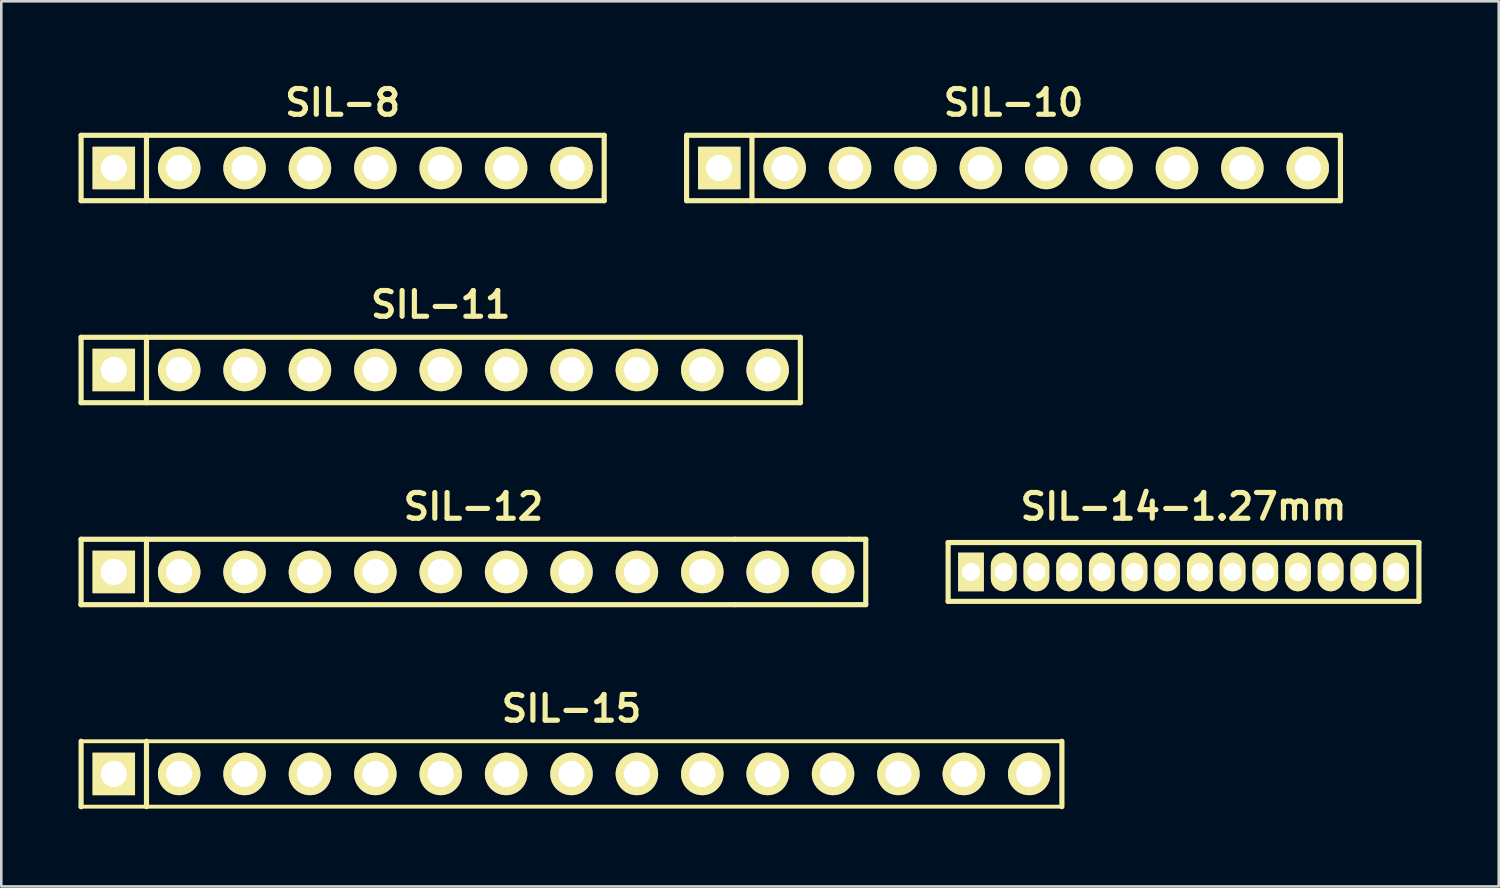
<source format=kicad_pcb>
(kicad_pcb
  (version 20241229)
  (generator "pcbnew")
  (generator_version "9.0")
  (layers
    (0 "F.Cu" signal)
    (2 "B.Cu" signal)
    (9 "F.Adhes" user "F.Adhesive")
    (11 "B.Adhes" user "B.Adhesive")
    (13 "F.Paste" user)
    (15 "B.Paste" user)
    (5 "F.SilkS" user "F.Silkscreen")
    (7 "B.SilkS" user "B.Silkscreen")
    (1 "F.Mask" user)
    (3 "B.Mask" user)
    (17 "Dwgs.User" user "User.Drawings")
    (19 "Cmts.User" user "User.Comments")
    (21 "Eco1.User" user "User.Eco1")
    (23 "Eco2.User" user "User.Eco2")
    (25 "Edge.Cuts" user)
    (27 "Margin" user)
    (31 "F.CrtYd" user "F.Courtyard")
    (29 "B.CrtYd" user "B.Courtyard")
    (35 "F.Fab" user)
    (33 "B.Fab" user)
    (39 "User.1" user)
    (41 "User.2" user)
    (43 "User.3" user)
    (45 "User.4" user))
  (footprint "SIL-12"
    (layer "F.Cu")
    (at 15.34 19.168)
    (property "Reference" "SIL-12" (at 0 -2.54 0) (layer "F.SilkS") (effects (font (size 1 1) (thickness 0.2))))
    (attr through_hole)
    (fp_line (start -15.24 -1.27) (end 10.16 -1.27) (stroke (width 0.2) (type solid)) (layer "F.SilkS"))
    (fp_line (start -15.24 1.27) (end -15.24 -1.27) (stroke (width 0.2) (type solid)) (layer "F.SilkS"))
    (fp_line (start -15.24 1.27) (end -15.24 1.27) (stroke (width 0.2) (type solid)) (layer "F.SilkS"))
    (fp_line (start -12.7 1.27) (end -12.7 -1.27) (stroke (width 0.2) (type solid)) (layer "F.SilkS"))
    (fp_line (start 10.16 -1.27) (end 14.605 -1.27) (stroke (width 0.2) (type solid)) (layer "F.SilkS"))
    (fp_line (start 10.16 1.27) (end -15.24 1.27) (stroke (width 0.2) (type solid)) (layer "F.SilkS"))
    (fp_line (start 14.605 -1.27) (end 15.24 -1.27) (stroke (width 0.2) (type solid)) (layer "F.SilkS"))
    (fp_line (start 15.24 -1.27) (end 15.24 1.27) (stroke (width 0.2) (type solid)) (layer "F.SilkS"))
    (fp_line (start 15.24 1.27) (end 10.16 1.27) (stroke (width 0.2) (type solid)) (layer "F.SilkS"))
    (pad "1" thru_hole rect (at -13.97 0) (size 1.65 1.65) (drill 1.016) (layers "*.Cu" "*.Mask" "F.SilkS"))
    (pad "2" thru_hole circle (at -11.43 0) (size 1.65 1.65) (drill 1.016) (layers "*.Cu" "*.Mask" "F.SilkS"))
    (pad "3" thru_hole circle (at -8.89 0) (size 1.65 1.65) (drill 1.016) (layers "*.Cu" "*.Mask" "F.SilkS"))
    (pad "4" thru_hole circle (at -6.35 0) (size 1.65 1.65) (drill 1.016) (layers "*.Cu" "*.Mask" "F.SilkS"))
    (pad "5" thru_hole circle (at -3.81 0) (size 1.65 1.65) (drill 1.016) (layers "*.Cu" "*.Mask" "F.SilkS"))
    (pad "6" thru_hole circle (at -1.27 0) (size 1.65 1.65) (drill 1.016) (layers "*.Cu" "*.Mask" "F.SilkS"))
    (pad "7" thru_hole circle (at 1.27 0) (size 1.65 1.65) (drill 1.016) (layers "*.Cu" "*.Mask" "F.SilkS"))
    (pad "8" thru_hole circle (at 3.81 0) (size 1.65 1.65) (drill 1.016) (layers "*.Cu" "*.Mask" "F.SilkS"))
    (pad "9" thru_hole circle (at 6.35 0) (size 1.65 1.65) (drill 1.016) (layers "*.Cu" "*.Mask" "F.SilkS"))
    (pad "10" thru_hole circle (at 8.89 0) (size 1.65 1.65) (drill 1.016) (layers "*.Cu" "*.Mask" "F.SilkS"))
    (pad "11" thru_hole circle (at 11.43 0) (size 1.65 1.65) (drill 1.016) (layers "*.Cu" "*.Mask" "F.SilkS"))
    (pad "12" thru_hole circle (at 13.97 0) (size 1.65 1.65) (drill 1.016) (layers "*.Cu" "*.Mask" "F.SilkS")))
  (footprint "SIL-15"
    (layer "F.Cu")
    (at 19.15 27.014)
    (property "Reference" "SIL-15" (at 0 -2.54 0) (layer "F.SilkS") (effects (font (size 1 1) (thickness 0.2))))
    (attr through_hole)
    (fp_line (start -19.05 1.27) (end -19.05 -1.27) (stroke (width 0.2) (type solid)) (layer "F.SilkS"))
    (fp_line (start -19.05 1.27) (end -19.05 1.27) (stroke (width 0.2) (type solid)) (layer "F.SilkS"))
    (fp_line (start -19.05 1.27) (end 19.05 1.27) (stroke (width 0.15) (type solid)) (layer "F.SilkS"))
    (fp_line (start -16.51 1.27) (end -16.51 -1.27) (stroke (width 0.2) (type solid)) (layer "F.SilkS"))
    (fp_line (start 19.05 -1.27) (end -19.05 -1.27) (stroke (width 0.15) (type solid)) (layer "F.SilkS"))
    (fp_line (start 19.05 -1.27) (end 19.05 1.27) (stroke (width 0.2) (type solid)) (layer "F.SilkS"))
    (pad "1" thru_hole rect (at -17.78 0) (size 1.65 1.65) (drill 1.016) (layers "*.Cu" "*.Mask" "F.SilkS"))
    (pad "2" thru_hole circle (at -15.24 0) (size 1.65 1.65) (drill 1.016) (layers "*.Cu" "*.Mask" "F.SilkS"))
    (pad "3" thru_hole circle (at -12.7 0) (size 1.65 1.65) (drill 1.016) (layers "*.Cu" "*.Mask" "F.SilkS"))
    (pad "4" thru_hole circle (at -10.16 0) (size 1.65 1.65) (drill 1.016) (layers "*.Cu" "*.Mask" "F.SilkS"))
    (pad "5" thru_hole circle (at -7.62 0) (size 1.65 1.65) (drill 1.016) (layers "*.Cu" "*.Mask" "F.SilkS"))
    (pad "6" thru_hole circle (at -5.08 0) (size 1.65 1.65) (drill 1.016) (layers "*.Cu" "*.Mask" "F.SilkS"))
    (pad "7" thru_hole circle (at -2.54 0) (size 1.65 1.65) (drill 1.016) (layers "*.Cu" "*.Mask" "F.SilkS"))
    (pad "8" thru_hole circle (at 0 0) (size 1.65 1.65) (drill 1.016) (layers "*.Cu" "*.Mask" "F.SilkS"))
    (pad "9" thru_hole circle (at 2.54 0) (size 1.65 1.65) (drill 1.016) (layers "*.Cu" "*.Mask" "F.SilkS"))
    (pad "10" thru_hole circle (at 5.08 0) (size 1.65 1.65) (drill 1.016) (layers "*.Cu" "*.Mask" "F.SilkS"))
    (pad "11" thru_hole circle (at 7.62 0) (size 1.65 1.65) (drill 1.016) (layers "*.Cu" "*.Mask" "F.SilkS"))
    (pad "12" thru_hole circle (at 10.16 0) (size 1.65 1.65) (drill 1.016) (layers "*.Cu" "*.Mask" "F.SilkS"))
    (pad "13" thru_hole circle (at 12.7 0) (size 1.65 1.65) (drill 1.016) (layers "*.Cu" "*.Mask" "F.SilkS"))
    (pad "14" thru_hole circle (at 15.24 0) (size 1.65 1.65) (drill 1.016) (layers "*.Cu" "*.Mask" "F.SilkS"))
    (pad "15" thru_hole circle (at 17.78 0) (size 1.65 1.65) (drill 1.016) (layers "*.Cu" "*.Mask" "F.SilkS")))
  (footprint "SIL-8"
    (layer "F.Cu")
    (at 10.26 3.476)
    (property "Reference" "SIL-8" (at 0 -2.54 0) (layer "F.SilkS") (effects (font (size 1 1) (thickness 0.2))))
    (attr through_hole)
    (fp_line (start -10.16 -1.27) (end 10.16 -1.27) (stroke (width 0.2) (type solid)) (layer "F.SilkS"))
    (fp_line (start -10.16 1.27) (end -10.16 -1.27) (stroke (width 0.2) (type solid)) (layer "F.SilkS"))
    (fp_line (start -10.16 1.27) (end 10.16 1.27) (stroke (width 0.2) (type solid)) (layer "F.SilkS"))
    (fp_line (start -7.62 -1.27) (end -7.62 1.27) (stroke (width 0.2) (type solid)) (layer "F.SilkS"))
    (fp_line (start 10.16 -1.27) (end 10.16 1.27) (stroke (width 0.2) (type solid)) (layer "F.SilkS"))
    (pad "1" thru_hole rect (at -8.89 0) (size 1.65 1.65) (drill 1.016) (layers "*.Cu" "*.Mask" "F.SilkS"))
    (pad "2" thru_hole circle (at -6.35 0) (size 1.65 1.65) (drill 1.016) (layers "*.Cu" "*.Mask" "F.SilkS"))
    (pad "3" thru_hole circle (at -3.81 0) (size 1.65 1.65) (drill 1.016) (layers "*.Cu" "*.Mask" "F.SilkS"))
    (pad "4" thru_hole circle (at -1.27 0) (size 1.65 1.65) (drill 1.016) (layers "*.Cu" "*.Mask" "F.SilkS"))
    (pad "5" thru_hole circle (at 1.27 0) (size 1.65 1.65) (drill 1.016) (layers "*.Cu" "*.Mask" "F.SilkS"))
    (pad "6" thru_hole circle (at 3.81 0) (size 1.65 1.65) (drill 1.016) (layers "*.Cu" "*.Mask" "F.SilkS"))
    (pad "7" thru_hole circle (at 6.35 0) (size 1.65 1.65) (drill 1.016) (layers "*.Cu" "*.Mask" "F.SilkS"))
    (pad "8" thru_hole circle (at 8.89 0) (size 1.65 1.65) (drill 1.016) (layers "*.Cu" "*.Mask" "F.SilkS")))
  (footprint "SIL-10"
    (layer "F.Cu")
    (at 36.32 3.476)
    (property "Reference" "SIL-10" (at 0 -2.54 0) (layer "F.SilkS") (effects (font (size 1 1) (thickness 0.2))))
    (attr through_hole)
    (fp_line (start -12.7 -1.27) (end 12.7 -1.27) (stroke (width 0.2) (type solid)) (layer "F.SilkS"))
    (fp_line (start -12.7 1.27) (end -12.7 -1.27) (stroke (width 0.2) (type solid)) (layer "F.SilkS"))
    (fp_line (start -10.16 1.27) (end -10.16 -1.27) (stroke (width 0.2) (type solid)) (layer "F.SilkS"))
    (fp_line (start 12.7 -1.27) (end 12.7 1.27) (stroke (width 0.2) (type solid)) (layer "F.SilkS"))
    (fp_line (start 12.7 1.27) (end -12.7 1.27) (stroke (width 0.2) (type solid)) (layer "F.SilkS"))
    (pad "1" thru_hole rect (at -11.43 0) (size 1.65 1.65) (drill 1.016) (layers "*.Cu" "*.Mask" "F.SilkS"))
    (pad "2" thru_hole circle (at -8.89 0) (size 1.65 1.65) (drill 1.016) (layers "*.Cu" "*.Mask" "F.SilkS"))
    (pad "3" thru_hole circle (at -6.35 0) (size 1.65 1.65) (drill 1.016) (layers "*.Cu" "*.Mask" "F.SilkS"))
    (pad "4" thru_hole circle (at -3.81 0) (size 1.65 1.65) (drill 1.016) (layers "*.Cu" "*.Mask" "F.SilkS"))
    (pad "5" thru_hole circle (at -1.27 0) (size 1.65 1.65) (drill 1.016) (layers "*.Cu" "*.Mask" "F.SilkS"))
    (pad "6" thru_hole circle (at 1.27 0) (size 1.65 1.65) (drill 1.016) (layers "*.Cu" "*.Mask" "F.SilkS"))
    (pad "7" thru_hole circle (at 3.81 0) (size 1.65 1.65) (drill 1.016) (layers "*.Cu" "*.Mask" "F.SilkS"))
    (pad "8" thru_hole circle (at 6.35 0) (size 1.65 1.65) (drill 1.016) (layers "*.Cu" "*.Mask" "F.SilkS"))
    (pad "9" thru_hole circle (at 8.89 0) (size 1.65 1.65) (drill 1.016) (layers "*.Cu" "*.Mask" "F.SilkS"))
    (pad "10" thru_hole circle (at 11.43 0) (size 1.65 1.65) (drill 1.016) (layers "*.Cu" "*.Mask" "F.SilkS")))
  (footprint "SIL-11"
    (layer "F.Cu")
    (at 14.07 11.322)
    (property "Reference" "SIL-11" (at 0 -2.54 0) (layer "F.SilkS") (effects (font (size 1 1) (thickness 0.2))))
    (attr through_hole)
    (fp_line (start -13.97 -1.27) (end 13.97 -1.27) (stroke (width 0.2) (type solid)) (layer "F.SilkS"))
    (fp_line (start -13.97 1.27) (end -13.97 -1.27) (stroke (width 0.2) (type solid)) (layer "F.SilkS"))
    (fp_line (start -11.43 1.27) (end -11.43 -1.27) (stroke (width 0.2) (type solid)) (layer "F.SilkS"))
    (fp_line (start 13.97 -1.27) (end 13.97 1.27) (stroke (width 0.2) (type solid)) (layer "F.SilkS"))
    (fp_line (start 13.97 1.27) (end -13.97 1.27) (stroke (width 0.2) (type solid)) (layer "F.SilkS"))
    (pad "1" thru_hole rect (at -12.7 0) (size 1.65 1.65) (drill 1.016) (layers "*.Cu" "*.Mask" "F.SilkS"))
    (pad "2" thru_hole circle (at -10.16 0) (size 1.65 1.65) (drill 1.016) (layers "*.Cu" "*.Mask" "F.SilkS"))
    (pad "3" thru_hole circle (at -7.62 0) (size 1.65 1.65) (drill 1.016) (layers "*.Cu" "*.Mask" "F.SilkS"))
    (pad "4" thru_hole circle (at -5.08 0) (size 1.65 1.65) (drill 1.016) (layers "*.Cu" "*.Mask" "F.SilkS"))
    (pad "5" thru_hole circle (at -2.54 0) (size 1.65 1.65) (drill 1.016) (layers "*.Cu" "*.Mask" "F.SilkS"))
    (pad "6" thru_hole circle (at 0 0) (size 1.65 1.65) (drill 1.016) (layers "*.Cu" "*.Mask" "F.SilkS"))
    (pad "7" thru_hole circle (at 2.54 0) (size 1.65 1.65) (drill 1.016) (layers "*.Cu" "*.Mask" "F.SilkS"))
    (pad "8" thru_hole circle (at 5.08 0) (size 1.65 1.65) (drill 1.016) (layers "*.Cu" "*.Mask" "F.SilkS"))
    (pad "9" thru_hole circle (at 7.62 0) (size 1.65 1.65) (drill 1.016) (layers "*.Cu" "*.Mask" "F.SilkS"))
    (pad "10" thru_hole circle (at 10.16 0) (size 1.65 1.65) (drill 1.016) (layers "*.Cu" "*.Mask" "F.SilkS"))
    (pad "11" thru_hole circle (at 12.7 0) (size 1.65 1.65) (drill 1.016) (layers "*.Cu" "*.Mask" "F.SilkS")))
  (footprint "SIL-14-1.27mm"
    (layer "F.Cu")
    (at 42.924 19.168)
    (property "Reference" "SIL-14-1.27mm" (at 0 -2.54 0) (layer "F.SilkS") (effects (font (size 1 1) (thickness 0.2))))
    (attr through_hole)
    (fp_line (start -9.144 -1.143) (end 9.144 -1.143) (stroke (width 0.2) (type solid)) (layer "F.SilkS"))
    (fp_line (start -9.144 1.143) (end -9.144 -1.143) (stroke (width 0.2) (type solid)) (layer "F.SilkS"))
    (fp_line (start 9.144 -1.143) (end 9.144 1.143) (stroke (width 0.2) (type solid)) (layer "F.SilkS"))
    (fp_line (start 9.144 1.143) (end -9.144 1.143) (stroke (width 0.2) (type solid)) (layer "F.SilkS"))
    (pad "1" thru_hole rect (at -8.255 0) (size 1 1.5) (drill 0.7) (layers "*.Cu" "*.Mask" "F.SilkS"))
    (pad "2" thru_hole oval (at -6.985 0) (size 1 1.5) (drill 0.7) (layers "*.Cu" "*.Mask" "F.SilkS"))
    (pad "3" thru_hole oval (at -5.715 0) (size 1 1.5) (drill 0.7) (layers "*.Cu" "*.Mask" "F.SilkS"))
    (pad "4" thru_hole oval (at -4.445 0) (size 1 1.5) (drill 0.7) (layers "*.Cu" "*.Mask" "F.SilkS"))
    (pad "5" thru_hole oval (at -3.175 0) (size 1 1.5) (drill 0.7) (layers "*.Cu" "*.Mask" "F.SilkS"))
    (pad "6" thru_hole oval (at -1.905 0) (size 1 1.5) (drill 0.7) (layers "*.Cu" "*.Mask" "F.SilkS"))
    (pad "7" thru_hole oval (at -0.635 0) (size 1 1.5) (drill 0.7) (layers "*.Cu" "*.Mask" "F.SilkS"))
    (pad "8" thru_hole oval (at 0.635 0) (size 1 1.5) (drill 0.7) (layers "*.Cu" "*.Mask" "F.SilkS"))
    (pad "9" thru_hole oval (at 1.905 0) (size 1 1.5) (drill 0.7) (layers "*.Cu" "*.Mask" "F.SilkS" "F.Paste"))
    (pad "10" thru_hole oval (at 3.175 0) (size 1 1.5) (drill 0.7) (layers "*.Cu" "*.Mask" "F.SilkS"))
    (pad "11" thru_hole oval (at 4.445 0) (size 1 1.5) (drill 0.7) (layers "*.Cu" "*.Mask" "F.SilkS"))
    (pad "12" thru_hole oval (at 5.715 0) (size 1 1.5) (drill 0.7) (layers "*.Cu" "*.Mask" "F.SilkS"))
    (pad "13" thru_hole oval (at 6.985 0) (size 1 1.5) (drill 0.7) (layers "*.Cu" "*.Mask" "F.SilkS"))
    (pad "14" thru_hole oval (at 8.255 0) (size 1 1.5) (drill 0.7) (layers "*.Cu" "*.Mask" "F.SilkS")))
  (gr_rect
    (start -3 -3)
    (end 55.168 31.384)
    (stroke (width 0.1) (type default))
    (fill no)
    (layer "Edge.Cuts")))
</source>
